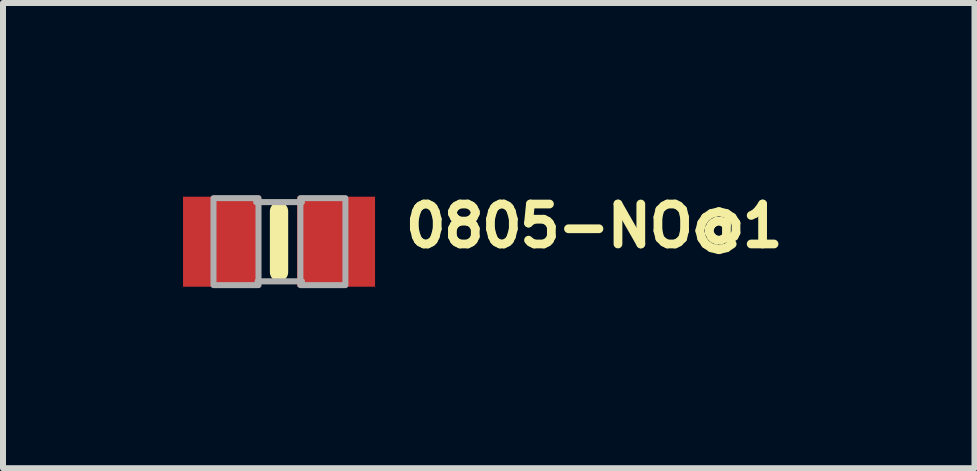
<source format=kicad_pcb>
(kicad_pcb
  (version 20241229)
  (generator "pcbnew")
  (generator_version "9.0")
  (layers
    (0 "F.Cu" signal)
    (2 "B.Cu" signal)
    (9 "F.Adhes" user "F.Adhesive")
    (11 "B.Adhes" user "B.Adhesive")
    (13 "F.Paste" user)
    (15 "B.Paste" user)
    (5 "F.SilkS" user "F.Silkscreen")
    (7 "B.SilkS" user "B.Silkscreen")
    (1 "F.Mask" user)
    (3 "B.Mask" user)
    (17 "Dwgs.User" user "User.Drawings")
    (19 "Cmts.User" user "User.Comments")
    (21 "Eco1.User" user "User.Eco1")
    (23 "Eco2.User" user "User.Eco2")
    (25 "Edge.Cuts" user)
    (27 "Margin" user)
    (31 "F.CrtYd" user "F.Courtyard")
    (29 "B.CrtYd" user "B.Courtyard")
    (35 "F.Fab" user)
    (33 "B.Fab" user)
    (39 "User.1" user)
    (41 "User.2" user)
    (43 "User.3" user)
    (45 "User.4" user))
  (footprint "0805-NO@1"
    (layer "F.Cu")
    (at 1.6 0.978)
    (property "Reference" "0805-NO@1" (at 2.032 0.127 0) (unlocked yes) (layer "F.SilkS") (effects (font (size 0.666 0.666) (thickness 0.146)) (justify left bottom)))
    (fp_line (start 0 -0.508) (end 0 0.508) (stroke (width 0.305) (type solid)) (layer "F.SilkS"))
    (fp_line (start -0.381 -0.66) (end 0.381 -0.66) (stroke (width 0.102) (type solid)) (layer "F.Fab"))
    (fp_line (start -0.356 0.66) (end 0.381 0.66) (stroke (width 0.102) (type solid)) (layer "F.Fab"))
    (fp_poly (pts (xy -1.092 0.724) (xy -0.342 0.724) (xy -0.342 -0.726) (xy -1.092 -0.726)) (stroke (width 0.1) (type default)) (fill no) (layer "F.Fab"))
    (fp_poly (pts (xy 0.356 0.724) (xy 1.106 0.724) (xy 1.106 -0.726) (xy 0.356 -0.726)) (stroke (width 0.1) (type default)) (fill no) (layer "F.Fab"))
    (pad "1" smd rect (at -0.95 0) (size 1.3 1.5) (layers "F.Cu" "F.Mask" "F.Paste"))
    (pad "2" smd rect (at 0.95 0) (size 1.3 1.5) (layers "F.Cu" "F.Mask" "F.Paste")))
  (gr_rect
    (start -3 -3)
    (end 13.19 4.752)
    (stroke (width 0.1) (type default))
    (fill no)
    (layer "Edge.Cuts")))
</source>
